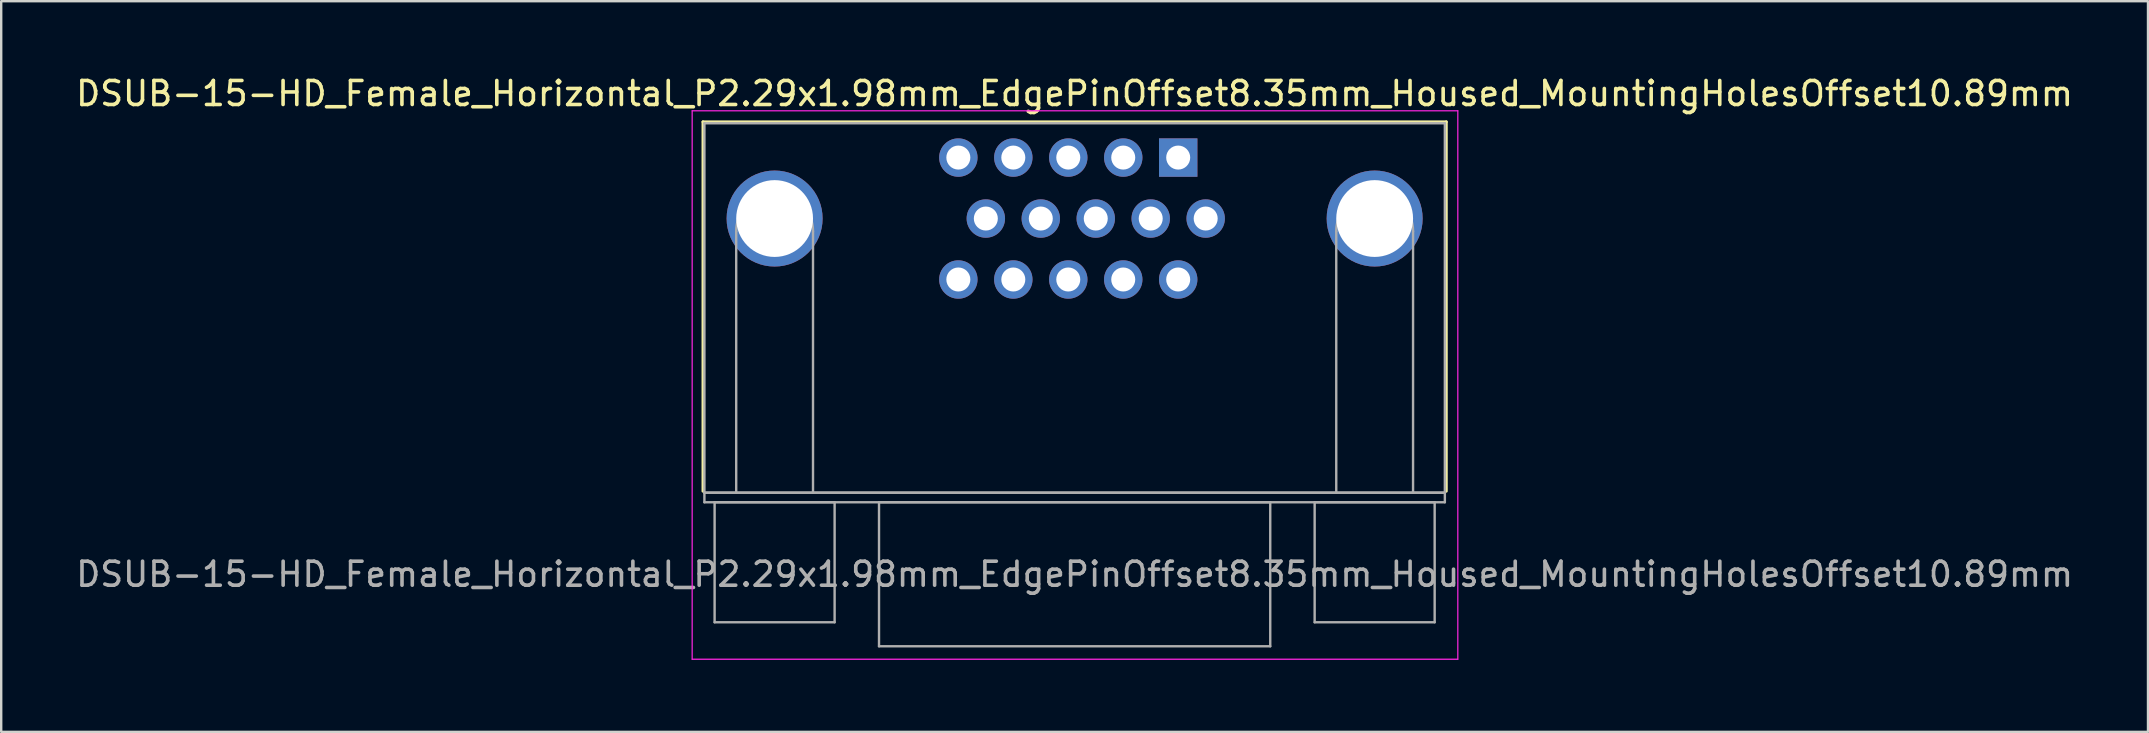
<source format=kicad_pcb>
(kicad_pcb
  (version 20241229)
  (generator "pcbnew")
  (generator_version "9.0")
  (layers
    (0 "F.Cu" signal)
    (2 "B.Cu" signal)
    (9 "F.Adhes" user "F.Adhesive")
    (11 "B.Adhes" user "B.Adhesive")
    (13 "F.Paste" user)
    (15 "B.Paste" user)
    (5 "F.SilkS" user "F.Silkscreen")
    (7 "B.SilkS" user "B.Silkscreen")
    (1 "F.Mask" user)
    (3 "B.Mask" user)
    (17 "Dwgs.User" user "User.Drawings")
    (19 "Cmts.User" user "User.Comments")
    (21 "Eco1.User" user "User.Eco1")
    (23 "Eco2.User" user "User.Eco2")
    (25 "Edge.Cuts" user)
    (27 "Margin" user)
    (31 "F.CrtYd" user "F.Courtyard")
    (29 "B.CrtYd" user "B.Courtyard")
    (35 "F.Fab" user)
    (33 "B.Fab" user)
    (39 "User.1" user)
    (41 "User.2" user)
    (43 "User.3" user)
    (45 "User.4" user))
  (footprint "DSUB-15-HD_Female_Horizontal_P2.29x1.98mm_EdgePinOffset8.35mm_Housed_MountingHolesOffset10.89mm"
    (layer "F.Cu")
    (at 41.466 17.485)
    (property "Reference" "DSUB-15-HD_Female_Horizontal_P2.29x1.98mm_EdgePinOffset8.35mm_Housed_MountingHolesOffset10.89mm" (at 0.254 -16.637 0) (layer "F.SilkS") (effects (font (size 1 1) (thickness 0.15))))
    (attr through_hole)
    (fp_line (start -15.228 -15.459) (end 15.742 -15.459) (stroke (width 0.12) (type solid)) (layer "F.SilkS"))
    (fp_line (start -15.228 -0.069) (end -15.228 -15.459) (stroke (width 0.12) (type solid)) (layer "F.SilkS"))
    (fp_line (start 15.742 -15.459) (end 15.742 -0.069) (stroke (width 0.12) (type solid)) (layer "F.SilkS"))
    (fp_line (start -15.678 -15.919) (end -15.678 6.931) (stroke (width 0.05) (type solid)) (layer "F.CrtYd"))
    (fp_line (start -15.678 6.931) (end 16.222 6.931) (stroke (width 0.05) (type solid)) (layer "F.CrtYd"))
    (fp_line (start 16.222 -15.919) (end -15.678 -15.919) (stroke (width 0.05) (type solid)) (layer "F.CrtYd"))
    (fp_line (start 16.222 6.931) (end 16.222 -15.919) (stroke (width 0.05) (type solid)) (layer "F.CrtYd"))
    (fp_line (start -15.168 -15.399) (end -15.168 -0.009) (stroke (width 0.1) (type solid)) (layer "F.Fab"))
    (fp_line (start -15.168 -0.009) (end -15.168 0.391) (stroke (width 0.1) (type solid)) (layer "F.Fab"))
    (fp_line (start -15.168 -0.009) (end 15.682 -0.009) (stroke (width 0.1) (type solid)) (layer "F.Fab"))
    (fp_line (start -15.168 0.391) (end 15.682 0.391) (stroke (width 0.1) (type solid)) (layer "F.Fab"))
    (fp_line (start -14.743 0.391) (end -14.743 5.391) (stroke (width 0.1) (type solid)) (layer "F.Fab"))
    (fp_line (start -14.743 5.391) (end -9.743 5.391) (stroke (width 0.1) (type solid)) (layer "F.Fab"))
    (fp_line (start -13.843 -0.009) (end -13.843 -10.899) (stroke (width 0.1) (type solid)) (layer "F.Fab"))
    (fp_line (start -10.643 -0.009) (end -10.643 -10.899) (stroke (width 0.1) (type solid)) (layer "F.Fab"))
    (fp_line (start -9.743 0.391) (end -14.743 0.391) (stroke (width 0.1) (type solid)) (layer "F.Fab"))
    (fp_line (start -9.743 5.391) (end -9.743 0.391) (stroke (width 0.1) (type solid)) (layer "F.Fab"))
    (fp_line (start -7.893 0.391) (end -7.893 6.391) (stroke (width 0.1) (type solid)) (layer "F.Fab"))
    (fp_line (start -7.893 6.391) (end 8.407 6.391) (stroke (width 0.1) (type solid)) (layer "F.Fab"))
    (fp_line (start 8.407 0.391) (end -7.893 0.391) (stroke (width 0.1) (type solid)) (layer "F.Fab"))
    (fp_line (start 8.407 6.391) (end 8.407 0.391) (stroke (width 0.1) (type solid)) (layer "F.Fab"))
    (fp_line (start 10.257 0.391) (end 10.257 5.391) (stroke (width 0.1) (type solid)) (layer "F.Fab"))
    (fp_line (start 10.257 5.391) (end 15.257 5.391) (stroke (width 0.1) (type solid)) (layer "F.Fab"))
    (fp_line (start 11.157 -0.009) (end 11.157 -10.899) (stroke (width 0.1) (type solid)) (layer "F.Fab"))
    (fp_line (start 14.357 -0.009) (end 14.357 -10.899) (stroke (width 0.1) (type solid)) (layer "F.Fab"))
    (fp_line (start 15.257 0.391) (end 10.257 0.391) (stroke (width 0.1) (type solid)) (layer "F.Fab"))
    (fp_line (start 15.257 5.391) (end 15.257 0.391) (stroke (width 0.1) (type solid)) (layer "F.Fab"))
    (fp_line (start 15.682 -15.399) (end -15.168 -15.399) (stroke (width 0.1) (type solid)) (layer "F.Fab"))
    (fp_line (start 15.682 -0.009) (end -15.168 -0.009) (stroke (width 0.1) (type solid)) (layer "F.Fab"))
    (fp_line (start 15.682 -0.009) (end 15.682 -15.399) (stroke (width 0.1) (type solid)) (layer "F.Fab"))
    (fp_line (start 15.682 0.391) (end 15.682 -0.009) (stroke (width 0.1) (type solid)) (layer "F.Fab"))
    (fp_arc (start -13.843 -10.899) (mid -12.243 -12.499) (end -10.643 -10.899) (stroke (width 0.1) (type solid)) (layer "F.Fab"))
    (fp_arc (start 11.157 -10.899) (mid 12.757 -12.499) (end 14.357 -10.899) (stroke (width 0.1) (type solid)) (layer "F.Fab"))
    (fp_text user "${REFERENCE}" (at 0.257 3.391 0) (layer "F.Fab") (effects (font (size 1 1) (thickness 0.15))))
    (pad "1" thru_hole rect (at 4.572 -13.97 90) (size 1.6 1.6) (drill 1) (layers "*.Cu" "*.Mask"))
    (pad "2" thru_hole circle (at 2.282 -13.97) (size 1.6 1.6) (drill 1) (layers "*.Cu" "*.Mask"))
    (pad "3" thru_hole circle (at -0.008 -13.97) (size 1.6 1.6) (drill 1) (layers "*.Cu" "*.Mask"))
    (pad "4" thru_hole circle (at -2.298 -13.97) (size 1.6 1.6) (drill 1) (layers "*.Cu" "*.Mask"))
    (pad "5" thru_hole circle (at -4.588 -13.97) (size 1.6 1.6) (drill 1) (layers "*.Cu" "*.Mask"))
    (pad "6" thru_hole circle (at 5.717 -11.43) (size 1.6 1.6) (drill 1) (layers "*.Cu" "*.Mask"))
    (pad "7" thru_hole circle (at 3.427 -11.43) (size 1.6 1.6) (drill 1) (layers "*.Cu" "*.Mask"))
    (pad "8" thru_hole circle (at 1.137 -11.43) (size 1.6 1.6) (drill 1) (layers "*.Cu" "*.Mask"))
    (pad "9" thru_hole circle (at -1.153 -11.43) (size 1.6 1.6) (drill 1) (layers "*.Cu" "*.Mask"))
    (pad "10" thru_hole circle (at -3.443 -11.43) (size 1.6 1.6) (drill 1) (layers "*.Cu" "*.Mask"))
    (pad "11" thru_hole circle (at 4.572 -8.89) (size 1.6 1.6) (drill 1) (layers "*.Cu" "*.Mask"))
    (pad "12" thru_hole circle (at 2.282 -8.89) (size 1.6 1.6) (drill 1) (layers "*.Cu" "*.Mask"))
    (pad "13" thru_hole circle (at -0.008 -8.89) (size 1.6 1.6) (drill 1) (layers "*.Cu" "*.Mask"))
    (pad "14" thru_hole circle (at -2.298 -8.89) (size 1.6 1.6) (drill 1) (layers "*.Cu" "*.Mask"))
    (pad "15" thru_hole circle (at -4.588 -8.89) (size 1.6 1.6) (drill 1) (layers "*.Cu" "*.Mask"))
    (pad "16" thru_hole circle (at -12.243 -11.43) (size 4 4) (drill 3.2) (layers "*.Cu" "*.Mask"))
    (pad "16" thru_hole circle (at 12.757 -11.43) (size 4 4) (drill 3.2) (layers "*.Cu" "*.Mask")))
  (gr_rect
    (start -3 -3)
    (end 86.443 27.441)
    (stroke (width 0.1) (type default))
    (fill no)
    (layer "Edge.Cuts")))
</source>
